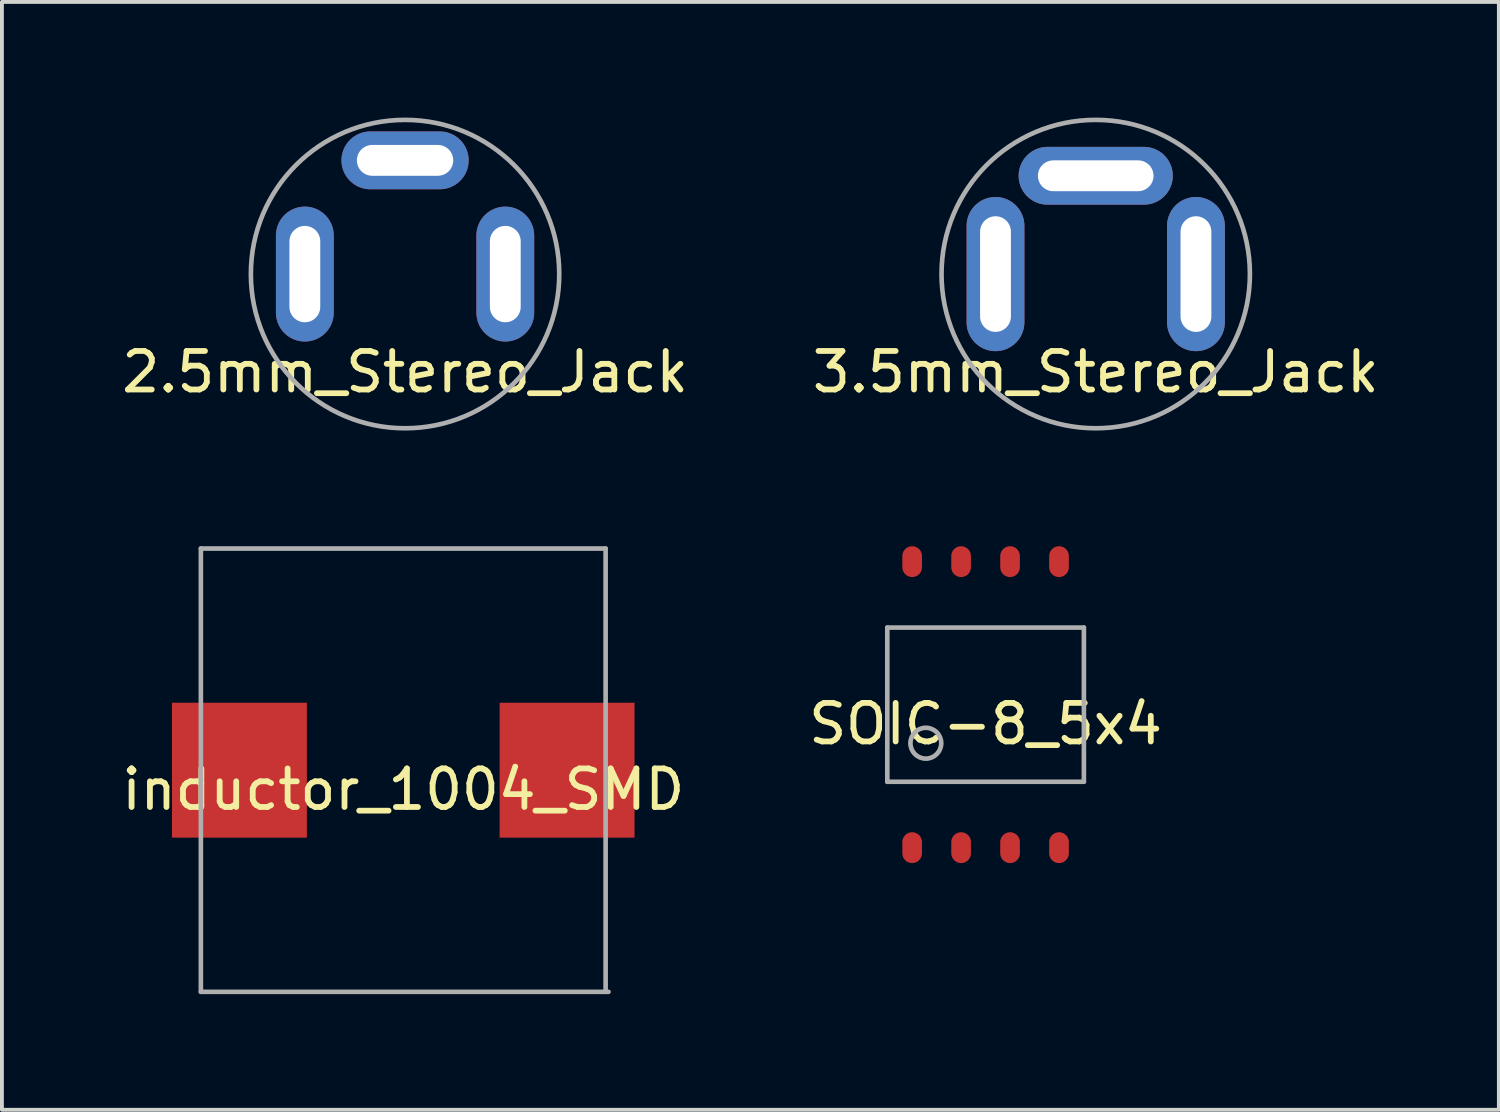
<source format=kicad_pcb>
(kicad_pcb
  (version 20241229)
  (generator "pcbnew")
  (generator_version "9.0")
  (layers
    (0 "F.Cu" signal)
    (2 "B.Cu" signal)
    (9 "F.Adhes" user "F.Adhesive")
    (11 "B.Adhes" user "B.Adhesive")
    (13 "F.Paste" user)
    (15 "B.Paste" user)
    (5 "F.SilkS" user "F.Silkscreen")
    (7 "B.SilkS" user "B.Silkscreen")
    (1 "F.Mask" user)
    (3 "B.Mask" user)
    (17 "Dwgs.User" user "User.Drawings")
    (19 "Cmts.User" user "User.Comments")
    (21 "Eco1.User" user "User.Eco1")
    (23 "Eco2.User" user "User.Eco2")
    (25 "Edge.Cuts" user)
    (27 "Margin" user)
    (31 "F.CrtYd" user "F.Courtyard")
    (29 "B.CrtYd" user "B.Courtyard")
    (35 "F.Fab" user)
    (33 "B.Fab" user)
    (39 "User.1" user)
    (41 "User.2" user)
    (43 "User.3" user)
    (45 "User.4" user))
  (footprint "3.5mm_Stereo_Jack"
    (layer "F.Cu")
    (at 25.375 4.06)
    (property "Reference" "3.5mm_Stereo_Jack" (at 0 2.54 0) (layer "F.SilkS") (effects (font (size 1 1) (thickness 0.15))))
    (attr through_hole)
    (fp_circle (center 0 0) (end 4 0) (stroke (width 0.12) (type solid)) (fill no) (layer "F.Fab"))
    (pad "R" thru_hole oval (at -2.6 0) (size 1.5 4) (drill oval 0.8 3) (layers "*.Cu" "*.Mask"))
    (pad "S" thru_hole oval (at 0 -2.55) (size 4 1.5) (drill oval 3 0.8) (layers "*.Cu" "*.Mask"))
    (pad "T" thru_hole oval (at 2.6 0) (size 1.5 4) (drill oval 0.8 3) (layers "*.Cu" "*.Mask")))
  (footprint "inductor_1004_SMD"
    (layer "F.Cu")
    (at 7.411 16.93)
    (property "Reference" "inductor_1004_SMD" (at 0 0.5 0) (layer "F.SilkS") (effects (font (size 1 1) (thickness 0.15))))
    (attr through_hole)
    (fp_line (start -5.25 -5.75) (end -5.25 5.75) (stroke (width 0.12) (type solid)) (layer "F.Fab"))
    (fp_line (start 5.25 -5.75) (end -5.25 -5.75) (stroke (width 0.12) (type solid)) (layer "F.Fab"))
    (fp_line (start 5.25 5.75) (end 5.25 -5.75) (stroke (width 0.12) (type solid)) (layer "F.Fab"))
    (fp_line (start 5.325 5.75) (end -5.25 5.75) (stroke (width 0.12) (type solid)) (layer "F.Fab"))
    (pad "1" smd rect (at -4.25 0) (size 3.5 3.5) (layers "F.Cu" "F.Mask" "F.Paste"))
    (pad "2" smd rect (at 4.25 0) (size 3.5 3.5) (layers "F.Cu" "F.Mask" "F.Paste")))
  (footprint "2.5mm_Stereo_Jack"
    (layer "F.Cu")
    (at 7.458 4.06)
    (property "Reference" "2.5mm_Stereo_Jack" (at 0 2.54 0) (layer "F.SilkS") (effects (font (size 1 1) (thickness 0.15))))
    (attr through_hole)
    (fp_circle (center 0 0) (end 4 0) (stroke (width 0.12) (type solid)) (fill no) (layer "F.Fab"))
    (pad "R" thru_hole oval (at -2.6 0) (size 1.5 3.5) (drill oval 0.8 2.5) (layers "*.Cu" "*.Mask"))
    (pad "S" thru_hole oval (at 0 -2.95) (size 3.3 1.5) (drill oval 2.5 0.8) (layers "*.Cu" "*.Mask"))
    (pad "T" thru_hole oval (at 2.6 0) (size 1.5 3.5) (drill oval 0.8 2.5) (layers "*.Cu" "*.Mask")))
  (footprint "SOIC-8_5x4"
    (layer "F.Cu")
    (at 22.518 15.23)
    (property "Reference" "SOIC-8_5x4" (at 0 0.5 0) (layer "F.SilkS") (effects (font (size 1 1) (thickness 0.15))))
    (attr through_hole)
    (fp_line (start -2.55 -2) (end 2.55 -2) (stroke (width 0.12) (type solid)) (layer "F.Fab"))
    (fp_line (start -2.55 2) (end -2.55 -2) (stroke (width 0.12) (type solid)) (layer "F.Fab"))
    (fp_line (start 2.55 2) (end -2.55 2) (stroke (width 0.12) (type solid)) (layer "F.Fab"))
    (fp_line (start 2.55 2) (end 2.55 -2) (stroke (width 0.12) (type solid)) (layer "F.Fab"))
    (fp_circle (center -1.55 1) (end -1.15 1) (stroke (width 0.12) (type solid)) (fill no) (layer "F.Fab"))
    (pad "1" smd oval (at -1.905 3.71) (size 0.51 0.8) (layers "F.Cu" "F.Mask" "F.Paste"))
    (pad "2" smd oval (at -0.635 3.71) (size 0.51 0.8) (layers "F.Cu" "F.Mask" "F.Paste"))
    (pad "3" smd oval (at 0.635 3.71) (size 0.51 0.8) (layers "F.Cu" "F.Mask" "F.Paste"))
    (pad "4" smd oval (at 1.905 3.71) (size 0.51 0.8) (layers "F.Cu" "F.Mask" "F.Paste"))
    (pad "5" smd oval (at 1.905 -3.71) (size 0.51 0.8) (layers "F.Cu" "F.Mask" "F.Paste"))
    (pad "6" smd oval (at 0.635 -3.71) (size 0.51 0.8) (layers "F.Cu" "F.Mask" "F.Paste"))
    (pad "7" smd oval (at -0.635 -3.71) (size 0.51 0.8) (layers "F.Cu" "F.Mask" "F.Paste"))
    (pad "8" smd oval (at -1.905 -3.71) (size 0.51 0.8) (layers "F.Cu" "F.Mask" "F.Paste")))
  (gr_rect
    (start -3 -3)
    (end 35.833 25.74)
    (stroke (width 0.1) (type default))
    (fill no)
    (layer "Edge.Cuts")))
</source>
